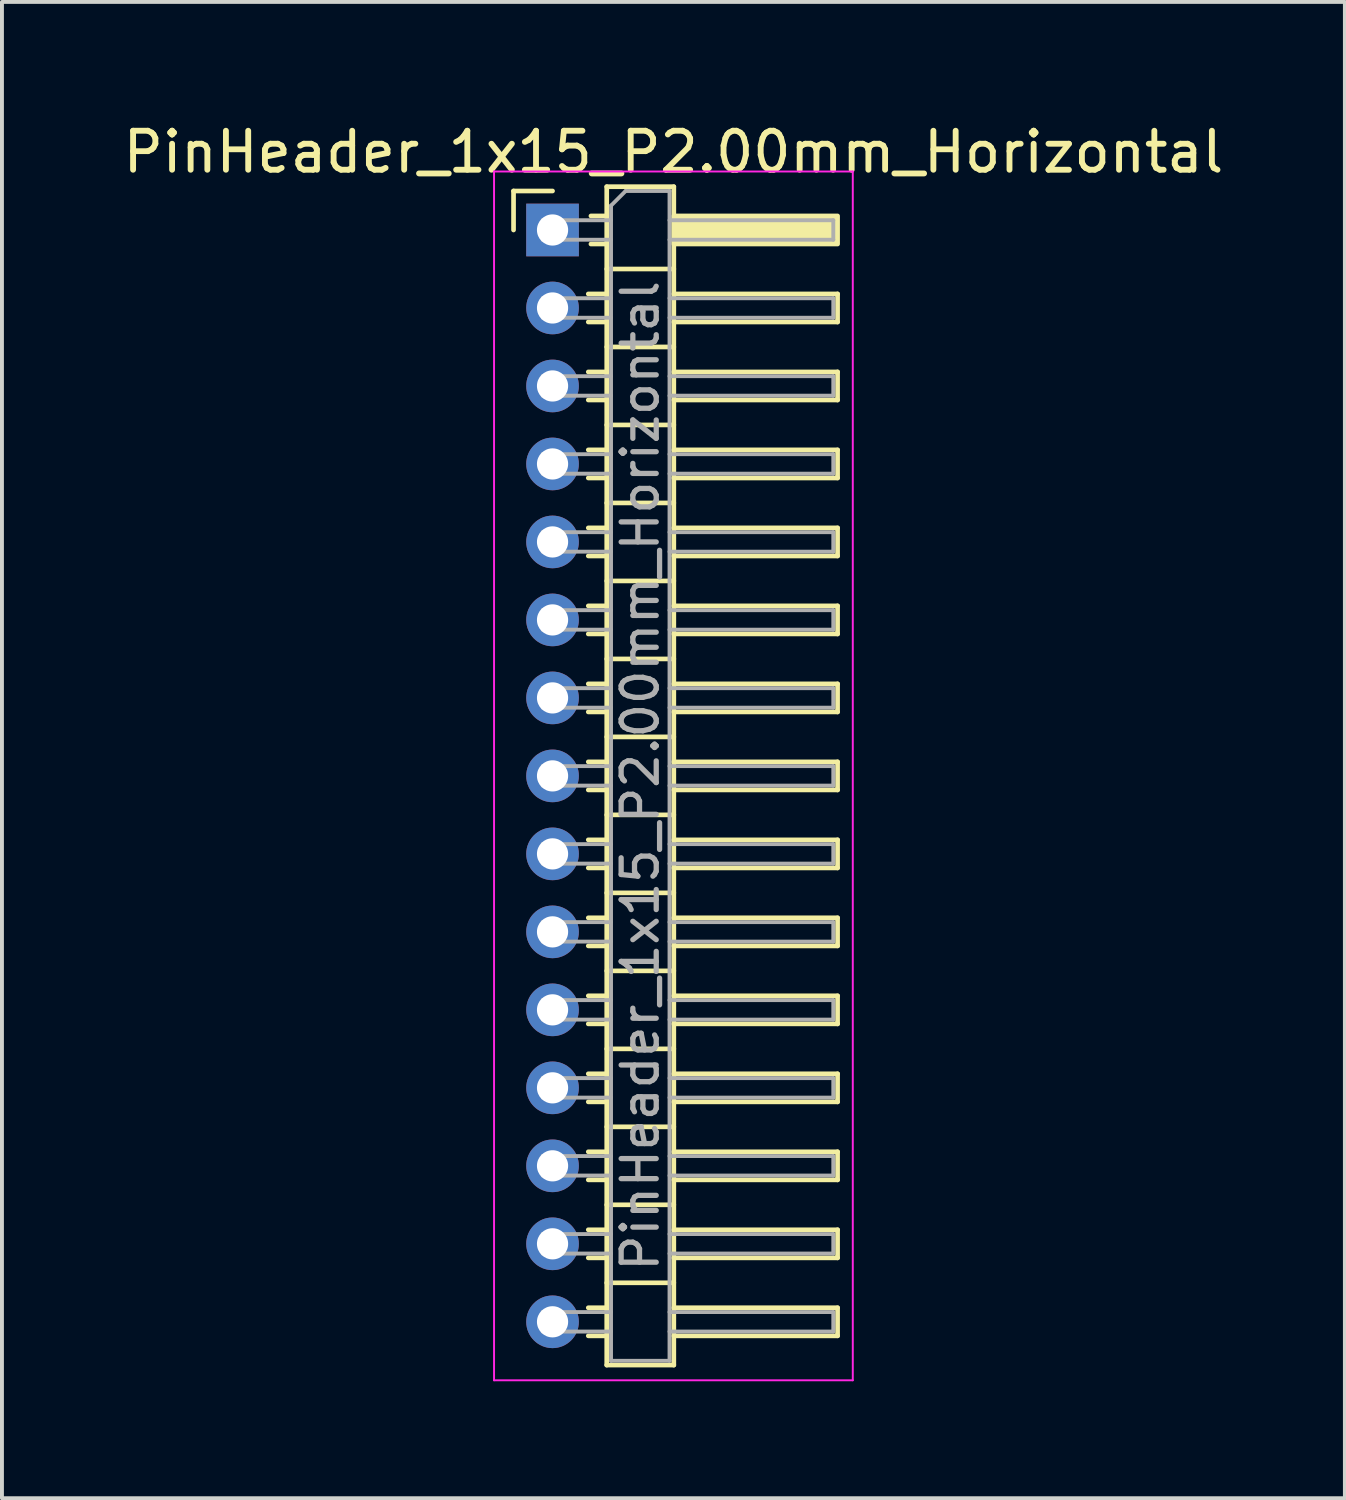
<source format=kicad_pcb>
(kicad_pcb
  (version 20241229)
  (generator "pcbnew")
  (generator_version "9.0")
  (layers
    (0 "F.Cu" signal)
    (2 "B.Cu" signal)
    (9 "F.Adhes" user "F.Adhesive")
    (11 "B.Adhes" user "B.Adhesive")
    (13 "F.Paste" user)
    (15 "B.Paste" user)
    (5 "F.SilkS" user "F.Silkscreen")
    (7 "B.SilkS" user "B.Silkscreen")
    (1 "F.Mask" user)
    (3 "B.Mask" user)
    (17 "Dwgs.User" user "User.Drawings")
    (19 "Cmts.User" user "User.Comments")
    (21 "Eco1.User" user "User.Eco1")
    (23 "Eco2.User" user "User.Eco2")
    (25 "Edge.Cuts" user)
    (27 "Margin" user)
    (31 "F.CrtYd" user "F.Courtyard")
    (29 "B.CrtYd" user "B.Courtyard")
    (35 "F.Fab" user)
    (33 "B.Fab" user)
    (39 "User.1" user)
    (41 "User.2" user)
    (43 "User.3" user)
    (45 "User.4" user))
  (footprint "PinHeader_1x15_P2.00mm_Horizontal"
    (layer "F.Cu")
    (at 11.12 2.848)
    (property "Reference" "PinHeader_1x15_P2.00mm_Horizontal" (at 3.1 -2 0) (layer "F.SilkS") (effects (font (size 1 1) (thickness 0.15))))
    (attr through_hole)
    (fp_line (start -1 -1) (end 0 -1) (stroke (width 0.12) (type solid)) (layer "F.SilkS"))
    (fp_line (start -1 0) (end -1 -1) (stroke (width 0.12) (type solid)) (layer "F.SilkS"))
    (fp_line (start 0.917 1.64) (end 1.39 1.64) (stroke (width 0.12) (type solid)) (layer "F.SilkS"))
    (fp_line (start 0.917 2.36) (end 1.39 2.36) (stroke (width 0.12) (type solid)) (layer "F.SilkS"))
    (fp_line (start 0.917 3.64) (end 1.39 3.64) (stroke (width 0.12) (type solid)) (layer "F.SilkS"))
    (fp_line (start 0.917 4.36) (end 1.39 4.36) (stroke (width 0.12) (type solid)) (layer "F.SilkS"))
    (fp_line (start 0.917 5.64) (end 1.39 5.64) (stroke (width 0.12) (type solid)) (layer "F.SilkS"))
    (fp_line (start 0.917 6.36) (end 1.39 6.36) (stroke (width 0.12) (type solid)) (layer "F.SilkS"))
    (fp_line (start 0.917 7.64) (end 1.39 7.64) (stroke (width 0.12) (type solid)) (layer "F.SilkS"))
    (fp_line (start 0.917 8.36) (end 1.39 8.36) (stroke (width 0.12) (type solid)) (layer "F.SilkS"))
    (fp_line (start 0.917 9.64) (end 1.39 9.64) (stroke (width 0.12) (type solid)) (layer "F.SilkS"))
    (fp_line (start 0.917 10.36) (end 1.39 10.36) (stroke (width 0.12) (type solid)) (layer "F.SilkS"))
    (fp_line (start 0.917 11.64) (end 1.39 11.64) (stroke (width 0.12) (type solid)) (layer "F.SilkS"))
    (fp_line (start 0.917 12.36) (end 1.39 12.36) (stroke (width 0.12) (type solid)) (layer "F.SilkS"))
    (fp_line (start 0.917 13.64) (end 1.39 13.64) (stroke (width 0.12) (type solid)) (layer "F.SilkS"))
    (fp_line (start 0.917 14.36) (end 1.39 14.36) (stroke (width 0.12) (type solid)) (layer "F.SilkS"))
    (fp_line (start 0.917 15.64) (end 1.39 15.64) (stroke (width 0.12) (type solid)) (layer "F.SilkS"))
    (fp_line (start 0.917 16.36) (end 1.39 16.36) (stroke (width 0.12) (type solid)) (layer "F.SilkS"))
    (fp_line (start 0.917 17.64) (end 1.39 17.64) (stroke (width 0.12) (type solid)) (layer "F.SilkS"))
    (fp_line (start 0.917 18.36) (end 1.39 18.36) (stroke (width 0.12) (type solid)) (layer "F.SilkS"))
    (fp_line (start 0.917 19.64) (end 1.39 19.64) (stroke (width 0.12) (type solid)) (layer "F.SilkS"))
    (fp_line (start 0.917 20.36) (end 1.39 20.36) (stroke (width 0.12) (type solid)) (layer "F.SilkS"))
    (fp_line (start 0.917 21.64) (end 1.39 21.64) (stroke (width 0.12) (type solid)) (layer "F.SilkS"))
    (fp_line (start 0.917 22.36) (end 1.39 22.36) (stroke (width 0.12) (type solid)) (layer "F.SilkS"))
    (fp_line (start 0.917 23.64) (end 1.39 23.64) (stroke (width 0.12) (type solid)) (layer "F.SilkS"))
    (fp_line (start 0.917 24.36) (end 1.39 24.36) (stroke (width 0.12) (type solid)) (layer "F.SilkS"))
    (fp_line (start 0.917 25.64) (end 1.39 25.64) (stroke (width 0.12) (type solid)) (layer "F.SilkS"))
    (fp_line (start 0.917 26.36) (end 1.39 26.36) (stroke (width 0.12) (type solid)) (layer "F.SilkS"))
    (fp_line (start 0.917 27.64) (end 1.39 27.64) (stroke (width 0.12) (type solid)) (layer "F.SilkS"))
    (fp_line (start 0.917 28.36) (end 1.39 28.36) (stroke (width 0.12) (type solid)) (layer "F.SilkS"))
    (fp_line (start 0.985 -0.36) (end 1.39 -0.36) (stroke (width 0.12) (type solid)) (layer "F.SilkS"))
    (fp_line (start 0.985 0.36) (end 1.39 0.36) (stroke (width 0.12) (type solid)) (layer "F.SilkS"))
    (fp_line (start 1.39 -1.11) (end 1.39 29.11) (stroke (width 0.12) (type solid)) (layer "F.SilkS"))
    (fp_line (start 1.39 1) (end 3.11 1) (stroke (width 0.12) (type solid)) (layer "F.SilkS"))
    (fp_line (start 1.39 3) (end 3.11 3) (stroke (width 0.12) (type solid)) (layer "F.SilkS"))
    (fp_line (start 1.39 5) (end 3.11 5) (stroke (width 0.12) (type solid)) (layer "F.SilkS"))
    (fp_line (start 1.39 7) (end 3.11 7) (stroke (width 0.12) (type solid)) (layer "F.SilkS"))
    (fp_line (start 1.39 9) (end 3.11 9) (stroke (width 0.12) (type solid)) (layer "F.SilkS"))
    (fp_line (start 1.39 11) (end 3.11 11) (stroke (width 0.12) (type solid)) (layer "F.SilkS"))
    (fp_line (start 1.39 13) (end 3.11 13) (stroke (width 0.12) (type solid)) (layer "F.SilkS"))
    (fp_line (start 1.39 15) (end 3.11 15) (stroke (width 0.12) (type solid)) (layer "F.SilkS"))
    (fp_line (start 1.39 17) (end 3.11 17) (stroke (width 0.12) (type solid)) (layer "F.SilkS"))
    (fp_line (start 1.39 19) (end 3.11 19) (stroke (width 0.12) (type solid)) (layer "F.SilkS"))
    (fp_line (start 1.39 21) (end 3.11 21) (stroke (width 0.12) (type solid)) (layer "F.SilkS"))
    (fp_line (start 1.39 23) (end 3.11 23) (stroke (width 0.12) (type solid)) (layer "F.SilkS"))
    (fp_line (start 1.39 25) (end 3.11 25) (stroke (width 0.12) (type solid)) (layer "F.SilkS"))
    (fp_line (start 1.39 27) (end 3.11 27) (stroke (width 0.12) (type solid)) (layer "F.SilkS"))
    (fp_line (start 1.39 29.11) (end 3.11 29.11) (stroke (width 0.12) (type solid)) (layer "F.SilkS"))
    (fp_line (start 3.11 -1.11) (end 1.39 -1.11) (stroke (width 0.12) (type solid)) (layer "F.SilkS"))
    (fp_line (start 3.11 1.64) (end 7.31 1.64) (stroke (width 0.12) (type solid)) (layer "F.SilkS"))
    (fp_line (start 3.11 3.64) (end 7.31 3.64) (stroke (width 0.12) (type solid)) (layer "F.SilkS"))
    (fp_line (start 3.11 5.64) (end 7.31 5.64) (stroke (width 0.12) (type solid)) (layer "F.SilkS"))
    (fp_line (start 3.11 7.64) (end 7.31 7.64) (stroke (width 0.12) (type solid)) (layer "F.SilkS"))
    (fp_line (start 3.11 9.64) (end 7.31 9.64) (stroke (width 0.12) (type solid)) (layer "F.SilkS"))
    (fp_line (start 3.11 11.64) (end 7.31 11.64) (stroke (width 0.12) (type solid)) (layer "F.SilkS"))
    (fp_line (start 3.11 13.64) (end 7.31 13.64) (stroke (width 0.12) (type solid)) (layer "F.SilkS"))
    (fp_line (start 3.11 15.64) (end 7.31 15.64) (stroke (width 0.12) (type solid)) (layer "F.SilkS"))
    (fp_line (start 3.11 17.64) (end 7.31 17.64) (stroke (width 0.12) (type solid)) (layer "F.SilkS"))
    (fp_line (start 3.11 19.64) (end 7.31 19.64) (stroke (width 0.12) (type solid)) (layer "F.SilkS"))
    (fp_line (start 3.11 21.64) (end 7.31 21.64) (stroke (width 0.12) (type solid)) (layer "F.SilkS"))
    (fp_line (start 3.11 23.64) (end 7.31 23.64) (stroke (width 0.12) (type solid)) (layer "F.SilkS"))
    (fp_line (start 3.11 25.64) (end 7.31 25.64) (stroke (width 0.12) (type solid)) (layer "F.SilkS"))
    (fp_line (start 3.11 27.64) (end 7.31 27.64) (stroke (width 0.12) (type solid)) (layer "F.SilkS"))
    (fp_line (start 3.11 29.11) (end 3.11 -1.11) (stroke (width 0.12) (type solid)) (layer "F.SilkS"))
    (fp_line (start 7.31 1.64) (end 7.31 2.36) (stroke (width 0.12) (type solid)) (layer "F.SilkS"))
    (fp_line (start 7.31 2.36) (end 3.11 2.36) (stroke (width 0.12) (type solid)) (layer "F.SilkS"))
    (fp_line (start 7.31 3.64) (end 7.31 4.36) (stroke (width 0.12) (type solid)) (layer "F.SilkS"))
    (fp_line (start 7.31 4.36) (end 3.11 4.36) (stroke (width 0.12) (type solid)) (layer "F.SilkS"))
    (fp_line (start 7.31 5.64) (end 7.31 6.36) (stroke (width 0.12) (type solid)) (layer "F.SilkS"))
    (fp_line (start 7.31 6.36) (end 3.11 6.36) (stroke (width 0.12) (type solid)) (layer "F.SilkS"))
    (fp_line (start 7.31 7.64) (end 7.31 8.36) (stroke (width 0.12) (type solid)) (layer "F.SilkS"))
    (fp_line (start 7.31 8.36) (end 3.11 8.36) (stroke (width 0.12) (type solid)) (layer "F.SilkS"))
    (fp_line (start 7.31 9.64) (end 7.31 10.36) (stroke (width 0.12) (type solid)) (layer "F.SilkS"))
    (fp_line (start 7.31 10.36) (end 3.11 10.36) (stroke (width 0.12) (type solid)) (layer "F.SilkS"))
    (fp_line (start 7.31 11.64) (end 7.31 12.36) (stroke (width 0.12) (type solid)) (layer "F.SilkS"))
    (fp_line (start 7.31 12.36) (end 3.11 12.36) (stroke (width 0.12) (type solid)) (layer "F.SilkS"))
    (fp_line (start 7.31 13.64) (end 7.31 14.36) (stroke (width 0.12) (type solid)) (layer "F.SilkS"))
    (fp_line (start 7.31 14.36) (end 3.11 14.36) (stroke (width 0.12) (type solid)) (layer "F.SilkS"))
    (fp_line (start 7.31 15.64) (end 7.31 16.36) (stroke (width 0.12) (type solid)) (layer "F.SilkS"))
    (fp_line (start 7.31 16.36) (end 3.11 16.36) (stroke (width 0.12) (type solid)) (layer "F.SilkS"))
    (fp_line (start 7.31 17.64) (end 7.31 18.36) (stroke (width 0.12) (type solid)) (layer "F.SilkS"))
    (fp_line (start 7.31 18.36) (end 3.11 18.36) (stroke (width 0.12) (type solid)) (layer "F.SilkS"))
    (fp_line (start 7.31 19.64) (end 7.31 20.36) (stroke (width 0.12) (type solid)) (layer "F.SilkS"))
    (fp_line (start 7.31 20.36) (end 3.11 20.36) (stroke (width 0.12) (type solid)) (layer "F.SilkS"))
    (fp_line (start 7.31 21.64) (end 7.31 22.36) (stroke (width 0.12) (type solid)) (layer "F.SilkS"))
    (fp_line (start 7.31 22.36) (end 3.11 22.36) (stroke (width 0.12) (type solid)) (layer "F.SilkS"))
    (fp_line (start 7.31 23.64) (end 7.31 24.36) (stroke (width 0.12) (type solid)) (layer "F.SilkS"))
    (fp_line (start 7.31 24.36) (end 3.11 24.36) (stroke (width 0.12) (type solid)) (layer "F.SilkS"))
    (fp_line (start 7.31 25.64) (end 7.31 26.36) (stroke (width 0.12) (type solid)) (layer "F.SilkS"))
    (fp_line (start 7.31 26.36) (end 3.11 26.36) (stroke (width 0.12) (type solid)) (layer "F.SilkS"))
    (fp_line (start 7.31 27.64) (end 7.31 28.36) (stroke (width 0.12) (type solid)) (layer "F.SilkS"))
    (fp_line (start 7.31 28.36) (end 3.11 28.36) (stroke (width 0.12) (type solid)) (layer "F.SilkS"))
    (fp_rect (start 3.11 -0.36) (end 7.31 0.36) (stroke (width 0.12) (type solid)) (fill yes) (layer "F.SilkS"))
    (fp_line (start -1.5 -1.5) (end -1.5 29.5) (stroke (width 0.05) (type solid)) (layer "F.CrtYd"))
    (fp_line (start -1.5 29.5) (end 7.7 29.5) (stroke (width 0.05) (type solid)) (layer "F.CrtYd"))
    (fp_line (start 7.7 -1.5) (end -1.5 -1.5) (stroke (width 0.05) (type solid)) (layer "F.CrtYd"))
    (fp_line (start 7.7 29.5) (end 7.7 -1.5) (stroke (width 0.05) (type solid)) (layer "F.CrtYd"))
    (fp_line (start -0.25 -0.25) (end -0.25 0.25) (stroke (width 0.1) (type solid)) (layer "F.Fab"))
    (fp_line (start -0.25 -0.25) (end 1.5 -0.25) (stroke (width 0.1) (type solid)) (layer "F.Fab"))
    (fp_line (start -0.25 0.25) (end 1.5 0.25) (stroke (width 0.1) (type solid)) (layer "F.Fab"))
    (fp_line (start -0.25 1.75) (end -0.25 2.25) (stroke (width 0.1) (type solid)) (layer "F.Fab"))
    (fp_line (start -0.25 1.75) (end 1.5 1.75) (stroke (width 0.1) (type solid)) (layer "F.Fab"))
    (fp_line (start -0.25 2.25) (end 1.5 2.25) (stroke (width 0.1) (type solid)) (layer "F.Fab"))
    (fp_line (start -0.25 3.75) (end -0.25 4.25) (stroke (width 0.1) (type solid)) (layer "F.Fab"))
    (fp_line (start -0.25 3.75) (end 1.5 3.75) (stroke (width 0.1) (type solid)) (layer "F.Fab"))
    (fp_line (start -0.25 4.25) (end 1.5 4.25) (stroke (width 0.1) (type solid)) (layer "F.Fab"))
    (fp_line (start -0.25 5.75) (end -0.25 6.25) (stroke (width 0.1) (type solid)) (layer "F.Fab"))
    (fp_line (start -0.25 5.75) (end 1.5 5.75) (stroke (width 0.1) (type solid)) (layer "F.Fab"))
    (fp_line (start -0.25 6.25) (end 1.5 6.25) (stroke (width 0.1) (type solid)) (layer "F.Fab"))
    (fp_line (start -0.25 7.75) (end -0.25 8.25) (stroke (width 0.1) (type solid)) (layer "F.Fab"))
    (fp_line (start -0.25 7.75) (end 1.5 7.75) (stroke (width 0.1) (type solid)) (layer "F.Fab"))
    (fp_line (start -0.25 8.25) (end 1.5 8.25) (stroke (width 0.1) (type solid)) (layer "F.Fab"))
    (fp_line (start -0.25 9.75) (end -0.25 10.25) (stroke (width 0.1) (type solid)) (layer "F.Fab"))
    (fp_line (start -0.25 9.75) (end 1.5 9.75) (stroke (width 0.1) (type solid)) (layer "F.Fab"))
    (fp_line (start -0.25 10.25) (end 1.5 10.25) (stroke (width 0.1) (type solid)) (layer "F.Fab"))
    (fp_line (start -0.25 11.75) (end -0.25 12.25) (stroke (width 0.1) (type solid)) (layer "F.Fab"))
    (fp_line (start -0.25 11.75) (end 1.5 11.75) (stroke (width 0.1) (type solid)) (layer "F.Fab"))
    (fp_line (start -0.25 12.25) (end 1.5 12.25) (stroke (width 0.1) (type solid)) (layer "F.Fab"))
    (fp_line (start -0.25 13.75) (end -0.25 14.25) (stroke (width 0.1) (type solid)) (layer "F.Fab"))
    (fp_line (start -0.25 13.75) (end 1.5 13.75) (stroke (width 0.1) (type solid)) (layer "F.Fab"))
    (fp_line (start -0.25 14.25) (end 1.5 14.25) (stroke (width 0.1) (type solid)) (layer "F.Fab"))
    (fp_line (start -0.25 15.75) (end -0.25 16.25) (stroke (width 0.1) (type solid)) (layer "F.Fab"))
    (fp_line (start -0.25 15.75) (end 1.5 15.75) (stroke (width 0.1) (type solid)) (layer "F.Fab"))
    (fp_line (start -0.25 16.25) (end 1.5 16.25) (stroke (width 0.1) (type solid)) (layer "F.Fab"))
    (fp_line (start -0.25 17.75) (end -0.25 18.25) (stroke (width 0.1) (type solid)) (layer "F.Fab"))
    (fp_line (start -0.25 17.75) (end 1.5 17.75) (stroke (width 0.1) (type solid)) (layer "F.Fab"))
    (fp_line (start -0.25 18.25) (end 1.5 18.25) (stroke (width 0.1) (type solid)) (layer "F.Fab"))
    (fp_line (start -0.25 19.75) (end -0.25 20.25) (stroke (width 0.1) (type solid)) (layer "F.Fab"))
    (fp_line (start -0.25 19.75) (end 1.5 19.75) (stroke (width 0.1) (type solid)) (layer "F.Fab"))
    (fp_line (start -0.25 20.25) (end 1.5 20.25) (stroke (width 0.1) (type solid)) (layer "F.Fab"))
    (fp_line (start -0.25 21.75) (end -0.25 22.25) (stroke (width 0.1) (type solid)) (layer "F.Fab"))
    (fp_line (start -0.25 21.75) (end 1.5 21.75) (stroke (width 0.1) (type solid)) (layer "F.Fab"))
    (fp_line (start -0.25 22.25) (end 1.5 22.25) (stroke (width 0.1) (type solid)) (layer "F.Fab"))
    (fp_line (start -0.25 23.75) (end -0.25 24.25) (stroke (width 0.1) (type solid)) (layer "F.Fab"))
    (fp_line (start -0.25 23.75) (end 1.5 23.75) (stroke (width 0.1) (type solid)) (layer "F.Fab"))
    (fp_line (start -0.25 24.25) (end 1.5 24.25) (stroke (width 0.1) (type solid)) (layer "F.Fab"))
    (fp_line (start -0.25 25.75) (end -0.25 26.25) (stroke (width 0.1) (type solid)) (layer "F.Fab"))
    (fp_line (start -0.25 25.75) (end 1.5 25.75) (stroke (width 0.1) (type solid)) (layer "F.Fab"))
    (fp_line (start -0.25 26.25) (end 1.5 26.25) (stroke (width 0.1) (type solid)) (layer "F.Fab"))
    (fp_line (start -0.25 27.75) (end -0.25 28.25) (stroke (width 0.1) (type solid)) (layer "F.Fab"))
    (fp_line (start -0.25 27.75) (end 1.5 27.75) (stroke (width 0.1) (type solid)) (layer "F.Fab"))
    (fp_line (start -0.25 28.25) (end 1.5 28.25) (stroke (width 0.1) (type solid)) (layer "F.Fab"))
    (fp_line (start 1.5 -0.625) (end 1.875 -1) (stroke (width 0.1) (type solid)) (layer "F.Fab"))
    (fp_line (start 1.5 29) (end 1.5 -0.625) (stroke (width 0.1) (type solid)) (layer "F.Fab"))
    (fp_line (start 1.875 -1) (end 3 -1) (stroke (width 0.1) (type solid)) (layer "F.Fab"))
    (fp_line (start 3 -1) (end 3 29) (stroke (width 0.1) (type solid)) (layer "F.Fab"))
    (fp_line (start 3 -0.25) (end 7.2 -0.25) (stroke (width 0.1) (type solid)) (layer "F.Fab"))
    (fp_line (start 3 0.25) (end 7.2 0.25) (stroke (width 0.1) (type solid)) (layer "F.Fab"))
    (fp_line (start 3 1.75) (end 7.2 1.75) (stroke (width 0.1) (type solid)) (layer "F.Fab"))
    (fp_line (start 3 2.25) (end 7.2 2.25) (stroke (width 0.1) (type solid)) (layer "F.Fab"))
    (fp_line (start 3 3.75) (end 7.2 3.75) (stroke (width 0.1) (type solid)) (layer "F.Fab"))
    (fp_line (start 3 4.25) (end 7.2 4.25) (stroke (width 0.1) (type solid)) (layer "F.Fab"))
    (fp_line (start 3 5.75) (end 7.2 5.75) (stroke (width 0.1) (type solid)) (layer "F.Fab"))
    (fp_line (start 3 6.25) (end 7.2 6.25) (stroke (width 0.1) (type solid)) (layer "F.Fab"))
    (fp_line (start 3 7.75) (end 7.2 7.75) (stroke (width 0.1) (type solid)) (layer "F.Fab"))
    (fp_line (start 3 8.25) (end 7.2 8.25) (stroke (width 0.1) (type solid)) (layer "F.Fab"))
    (fp_line (start 3 9.75) (end 7.2 9.75) (stroke (width 0.1) (type solid)) (layer "F.Fab"))
    (fp_line (start 3 10.25) (end 7.2 10.25) (stroke (width 0.1) (type solid)) (layer "F.Fab"))
    (fp_line (start 3 11.75) (end 7.2 11.75) (stroke (width 0.1) (type solid)) (layer "F.Fab"))
    (fp_line (start 3 12.25) (end 7.2 12.25) (stroke (width 0.1) (type solid)) (layer "F.Fab"))
    (fp_line (start 3 13.75) (end 7.2 13.75) (stroke (width 0.1) (type solid)) (layer "F.Fab"))
    (fp_line (start 3 14.25) (end 7.2 14.25) (stroke (width 0.1) (type solid)) (layer "F.Fab"))
    (fp_line (start 3 15.75) (end 7.2 15.75) (stroke (width 0.1) (type solid)) (layer "F.Fab"))
    (fp_line (start 3 16.25) (end 7.2 16.25) (stroke (width 0.1) (type solid)) (layer "F.Fab"))
    (fp_line (start 3 17.75) (end 7.2 17.75) (stroke (width 0.1) (type solid)) (layer "F.Fab"))
    (fp_line (start 3 18.25) (end 7.2 18.25) (stroke (width 0.1) (type solid)) (layer "F.Fab"))
    (fp_line (start 3 19.75) (end 7.2 19.75) (stroke (width 0.1) (type solid)) (layer "F.Fab"))
    (fp_line (start 3 20.25) (end 7.2 20.25) (stroke (width 0.1) (type solid)) (layer "F.Fab"))
    (fp_line (start 3 21.75) (end 7.2 21.75) (stroke (width 0.1) (type solid)) (layer "F.Fab"))
    (fp_line (start 3 22.25) (end 7.2 22.25) (stroke (width 0.1) (type solid)) (layer "F.Fab"))
    (fp_line (start 3 23.75) (end 7.2 23.75) (stroke (width 0.1) (type solid)) (layer "F.Fab"))
    (fp_line (start 3 24.25) (end 7.2 24.25) (stroke (width 0.1) (type solid)) (layer "F.Fab"))
    (fp_line (start 3 25.75) (end 7.2 25.75) (stroke (width 0.1) (type solid)) (layer "F.Fab"))
    (fp_line (start 3 26.25) (end 7.2 26.25) (stroke (width 0.1) (type solid)) (layer "F.Fab"))
    (fp_line (start 3 27.75) (end 7.2 27.75) (stroke (width 0.1) (type solid)) (layer "F.Fab"))
    (fp_line (start 3 28.25) (end 7.2 28.25) (stroke (width 0.1) (type solid)) (layer "F.Fab"))
    (fp_line (start 3 29) (end 1.5 29) (stroke (width 0.1) (type solid)) (layer "F.Fab"))
    (fp_line (start 7.2 -0.25) (end 7.2 0.25) (stroke (width 0.1) (type solid)) (layer "F.Fab"))
    (fp_line (start 7.2 1.75) (end 7.2 2.25) (stroke (width 0.1) (type solid)) (layer "F.Fab"))
    (fp_line (start 7.2 3.75) (end 7.2 4.25) (stroke (width 0.1) (type solid)) (layer "F.Fab"))
    (fp_line (start 7.2 5.75) (end 7.2 6.25) (stroke (width 0.1) (type solid)) (layer "F.Fab"))
    (fp_line (start 7.2 7.75) (end 7.2 8.25) (stroke (width 0.1) (type solid)) (layer "F.Fab"))
    (fp_line (start 7.2 9.75) (end 7.2 10.25) (stroke (width 0.1) (type solid)) (layer "F.Fab"))
    (fp_line (start 7.2 11.75) (end 7.2 12.25) (stroke (width 0.1) (type solid)) (layer "F.Fab"))
    (fp_line (start 7.2 13.75) (end 7.2 14.25) (stroke (width 0.1) (type solid)) (layer "F.Fab"))
    (fp_line (start 7.2 15.75) (end 7.2 16.25) (stroke (width 0.1) (type solid)) (layer "F.Fab"))
    (fp_line (start 7.2 17.75) (end 7.2 18.25) (stroke (width 0.1) (type solid)) (layer "F.Fab"))
    (fp_line (start 7.2 19.75) (end 7.2 20.25) (stroke (width 0.1) (type solid)) (layer "F.Fab"))
    (fp_line (start 7.2 21.75) (end 7.2 22.25) (stroke (width 0.1) (type solid)) (layer "F.Fab"))
    (fp_line (start 7.2 23.75) (end 7.2 24.25) (stroke (width 0.1) (type solid)) (layer "F.Fab"))
    (fp_line (start 7.2 25.75) (end 7.2 26.25) (stroke (width 0.1) (type solid)) (layer "F.Fab"))
    (fp_line (start 7.2 27.75) (end 7.2 28.25) (stroke (width 0.1) (type solid)) (layer "F.Fab"))
    (fp_text user "${REFERENCE}" (at 2.25 14 90) (layer "F.Fab") (effects (font (size 0.9 0.9) (thickness 0.135))))
    (pad "1" thru_hole rect (at 0 0) (size 1.35 1.35) (drill 0.8) (layers "*.Cu" "*.Mask"))
    (pad "2" thru_hole circle (at 0 2) (size 1.35 1.35) (drill 0.8) (layers "*.Cu" "*.Mask"))
    (pad "3" thru_hole circle (at 0 4) (size 1.35 1.35) (drill 0.8) (layers "*.Cu" "*.Mask"))
    (pad "4" thru_hole circle (at 0 6) (size 1.35 1.35) (drill 0.8) (layers "*.Cu" "*.Mask"))
    (pad "5" thru_hole circle (at 0 8) (size 1.35 1.35) (drill 0.8) (layers "*.Cu" "*.Mask"))
    (pad "6" thru_hole circle (at 0 10) (size 1.35 1.35) (drill 0.8) (layers "*.Cu" "*.Mask"))
    (pad "7" thru_hole circle (at 0 12) (size 1.35 1.35) (drill 0.8) (layers "*.Cu" "*.Mask"))
    (pad "8" thru_hole circle (at 0 14) (size 1.35 1.35) (drill 0.8) (layers "*.Cu" "*.Mask"))
    (pad "9" thru_hole circle (at 0 16) (size 1.35 1.35) (drill 0.8) (layers "*.Cu" "*.Mask"))
    (pad "10" thru_hole circle (at 0 18) (size 1.35 1.35) (drill 0.8) (layers "*.Cu" "*.Mask"))
    (pad "11" thru_hole circle (at 0 20) (size 1.35 1.35) (drill 0.8) (layers "*.Cu" "*.Mask"))
    (pad "12" thru_hole circle (at 0 22) (size 1.35 1.35) (drill 0.8) (layers "*.Cu" "*.Mask"))
    (pad "13" thru_hole circle (at 0 24) (size 1.35 1.35) (drill 0.8) (layers "*.Cu" "*.Mask"))
    (pad "14" thru_hole circle (at 0 26) (size 1.35 1.35) (drill 0.8) (layers "*.Cu" "*.Mask"))
    (pad "15" thru_hole circle (at 0 28) (size 1.35 1.35) (drill 0.8) (layers "*.Cu" "*.Mask")))
  (gr_rect
    (start -3 -3)
    (end 31.44 35.373)
    (stroke (width 0.1) (type default))
    (fill no)
    (layer "Edge.Cuts")))
</source>
